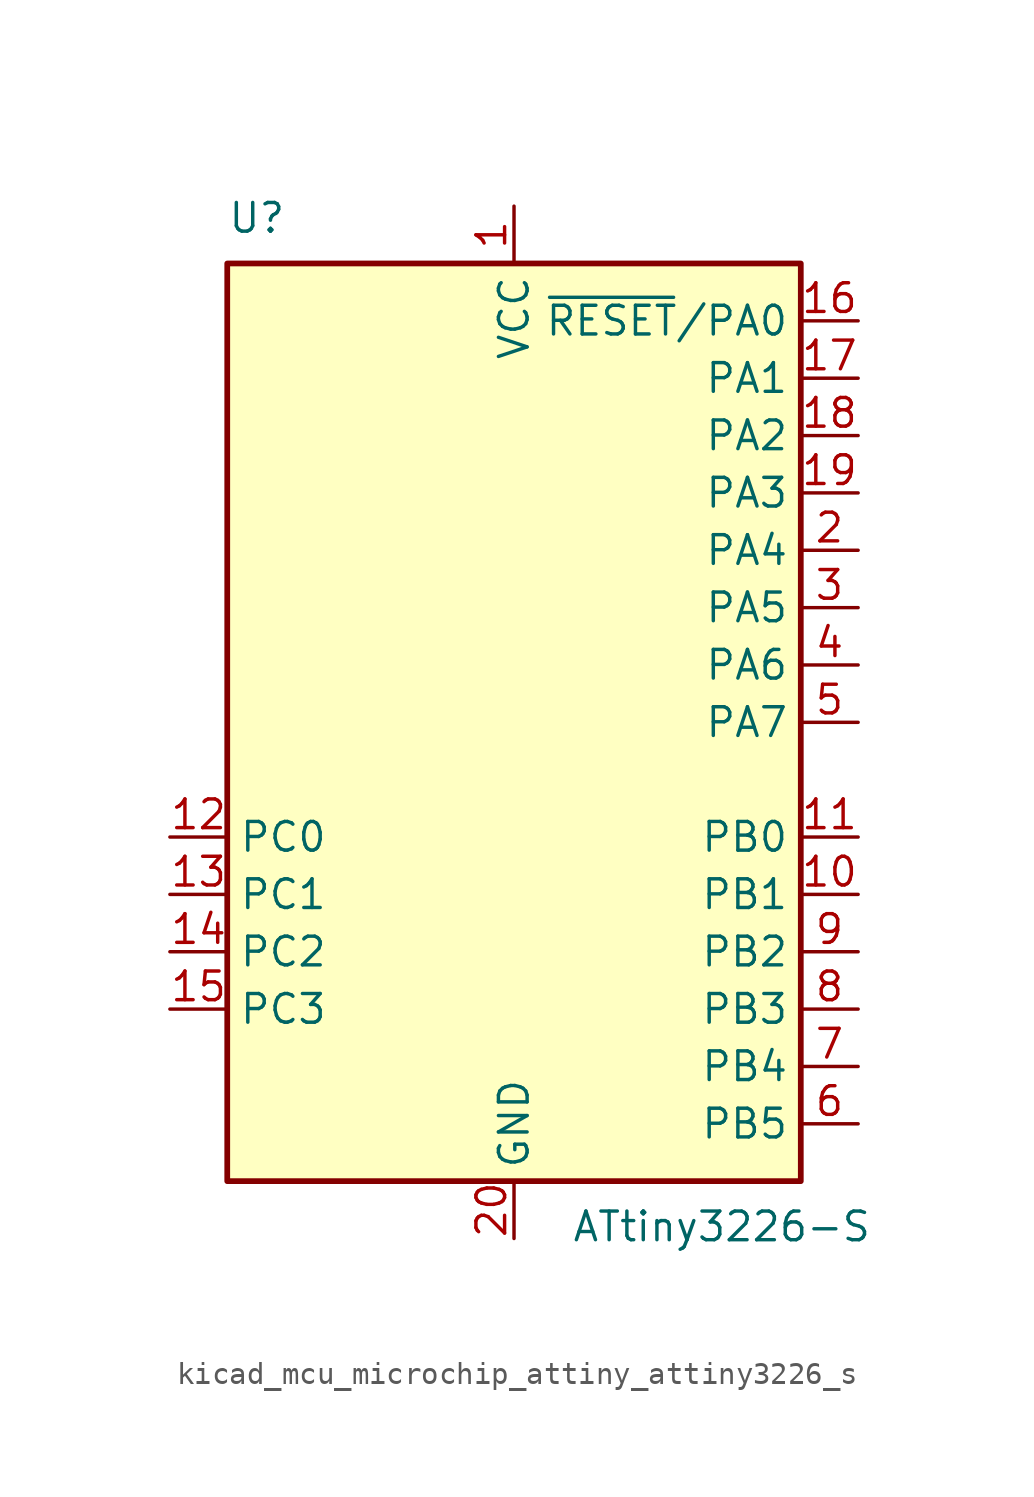
<source format=kicad_sym>
(kicad_symbol_lib
  (version 20220914)
  (generator kicad_symbol_editor)
  (symbol "kicad_mcu_microchip_attiny_attiny3226_s"
    (property "Reference" "U"
      (at -12.7 21.59 0)
      (effects (font (size 1.27 1.27)) (justify left bottom)))
    (property "Value" "ATtiny3226-S"
      (at 2.54 -21.59 0)
      (effects (font (size 1.27 1.27)) (justify left top)))
    (symbol "kicad_mcu_microchip_attiny_attiny3226_s_0_1"
      (rectangle (start -12.7 -20.32) (end 12.7 20.32) (stroke (width 0.254) (type default)) (fill (type background))))
    (symbol "kicad_mcu_microchip_attiny_attiny3226_s_1_1"
      (pin power_in line (at 0 22.86 270) (length 2.54) (name "VCC" (effects (font (size 1.27 1.27)))) (number "1" (effects (font (size 1.27 1.27)))))
      (pin bidirectional line (at 15.24 -7.62 180) (length 2.54) (name "PB1" (effects (font (size 1.27 1.27)))) (number "10" (effects (font (size 1.27 1.27)))))
      (pin bidirectional line (at 15.24 -5.08 180) (length 2.54) (name "PB0" (effects (font (size 1.27 1.27)))) (number "11" (effects (font (size 1.27 1.27)))))
      (pin bidirectional line (at -15.24 -5.08 0) (length 2.54) (name "PC0" (effects (font (size 1.27 1.27)))) (number "12" (effects (font (size 1.27 1.27)))))
      (pin bidirectional line (at -15.24 -7.62 0) (length 2.54) (name "PC1" (effects (font (size 1.27 1.27)))) (number "13" (effects (font (size 1.27 1.27)))))
      (pin bidirectional line (at -15.24 -10.16 0) (length 2.54) (name "PC2" (effects (font (size 1.27 1.27)))) (number "14" (effects (font (size 1.27 1.27)))))
      (pin bidirectional line (at -15.24 -12.7 0) (length 2.54) (name "PC3" (effects (font (size 1.27 1.27)))) (number "15" (effects (font (size 1.27 1.27)))))
      (pin bidirectional line (at 15.24 17.78 180) (length 2.54) (name "~{RESET}/PA0" (effects (font (size 1.27 1.27)))) (number "16" (effects (font (size 1.27 1.27)))))
      (pin bidirectional line (at 15.24 15.24 180) (length 2.54) (name "PA1" (effects (font (size 1.27 1.27)))) (number "17" (effects (font (size 1.27 1.27)))))
      (pin bidirectional line (at 15.24 12.7 180) (length 2.54) (name "PA2" (effects (font (size 1.27 1.27)))) (number "18" (effects (font (size 1.27 1.27)))))
      (pin bidirectional line (at 15.24 10.16 180) (length 2.54) (name "PA3" (effects (font (size 1.27 1.27)))) (number "19" (effects (font (size 1.27 1.27)))))
      (pin bidirectional line (at 15.24 7.62 180) (length 2.54) (name "PA4" (effects (font (size 1.27 1.27)))) (number "2" (effects (font (size 1.27 1.27)))))
      (pin power_in line (at 0 -22.86 90) (length 2.54) (name "GND" (effects (font (size 1.27 1.27)))) (number "20" (effects (font (size 1.27 1.27)))))
      (pin bidirectional line (at 15.24 5.08 180) (length 2.54) (name "PA5" (effects (font (size 1.27 1.27)))) (number "3" (effects (font (size 1.27 1.27)))))
      (pin bidirectional line (at 15.24 2.54 180) (length 2.54) (name "PA6" (effects (font (size 1.27 1.27)))) (number "4" (effects (font (size 1.27 1.27)))))
      (pin bidirectional line (at 15.24 0 180) (length 2.54) (name "PA7" (effects (font (size 1.27 1.27)))) (number "5" (effects (font (size 1.27 1.27)))))
      (pin bidirectional line (at 15.24 -17.78 180) (length 2.54) (name "PB5" (effects (font (size 1.27 1.27)))) (number "6" (effects (font (size 1.27 1.27)))))
      (pin bidirectional line (at 15.24 -15.24 180) (length 2.54) (name "PB4" (effects (font (size 1.27 1.27)))) (number "7" (effects (font (size 1.27 1.27)))))
      (pin bidirectional line (at 15.24 -12.7 180) (length 2.54) (name "PB3" (effects (font (size 1.27 1.27)))) (number "8" (effects (font (size 1.27 1.27)))))
      (pin bidirectional line (at 15.24 -10.16 180) (length 2.54) (name "PB2" (effects (font (size 1.27 1.27)))) (number "9" (effects (font (size 1.27 1.27))))))))
</source>
